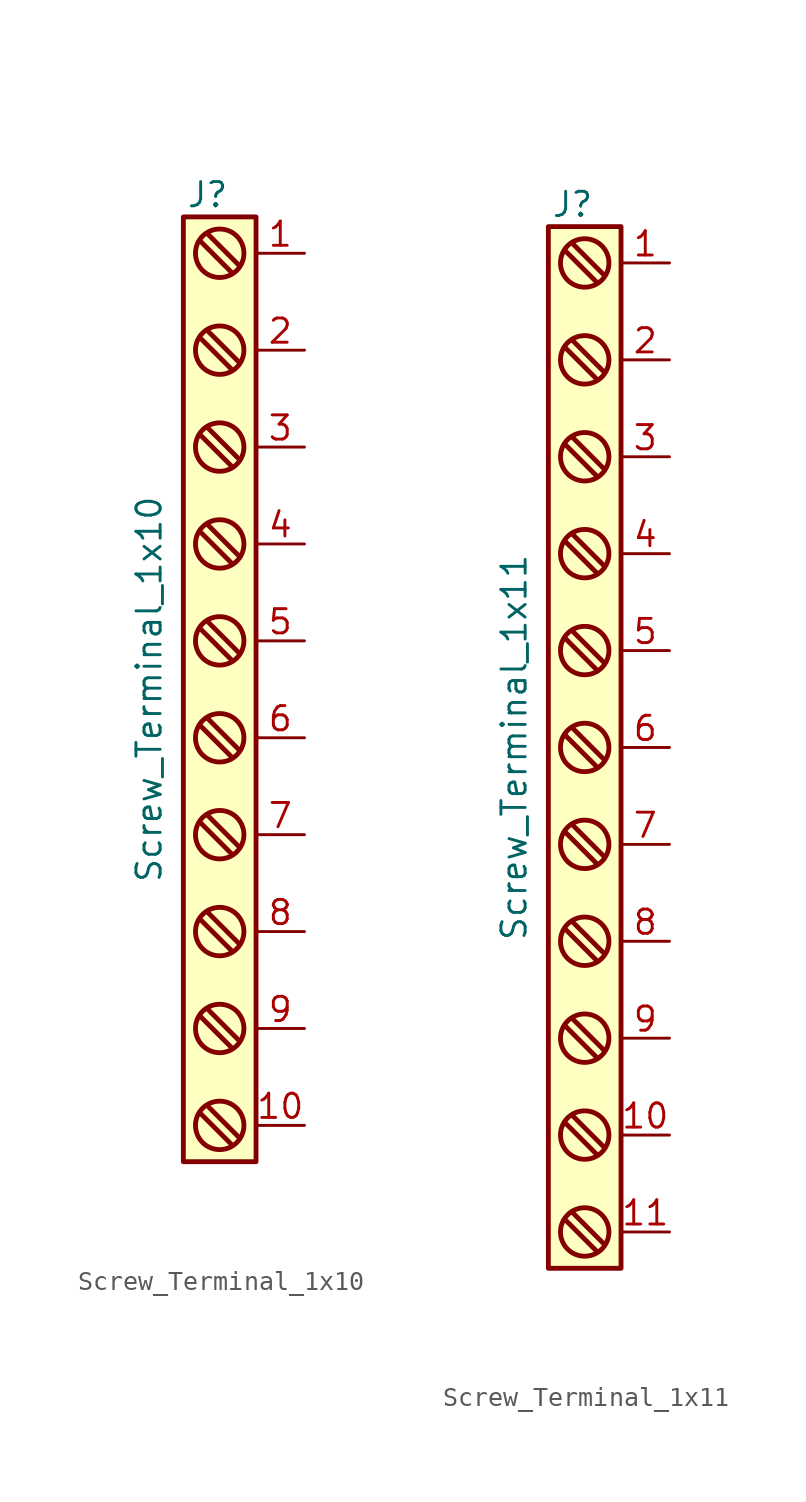
<source format=kicad_sym>
(kicad_symbol_lib
  (version 20211014)
  (generator kicad_symbol_editor)
  (symbol "Screw_Terminal_1x10"
    (pin_names
      (offset 0.762) hide)
    (property "Reference" "J"
      (at 0 26.67 0)
      (effects (font (size 1.27 1.27)) (justify top)))
    (property "Value" "Screw_Terminal_1x10"
      (at -3.81 0 90)
      (effects (font (size 1.27 1.27)) (justify top)))
    (symbol "Screw_Terminal_1x10_0_1"
      (rectangle (start -1.27 -24.765) (end 2.54 24.765) (stroke (width 0.254) (type default) (color 0 0 0 0)) (fill (type background)))
      (polyline (pts (xy -0.381 -22.225) (xy 1.27 -23.876)) (stroke (width 0.254) (type default) (color 0 0 0 0)) (fill (type none)))
      (polyline (pts (xy -0.381 -12.065) (xy 1.27 -13.716)) (stroke (width 0.254) (type default) (color 0 0 0 0)) (fill (type none)))
      (polyline (pts (xy -0.381 -1.905) (xy 1.27 -3.556)) (stroke (width 0.254) (type default) (color 0 0 0 0)) (fill (type none)))
      (polyline (pts (xy -0.381 8.255) (xy 1.27 6.604)) (stroke (width 0.254) (type default) (color 0 0 0 0)) (fill (type none)))
      (polyline (pts (xy -0.381 18.415) (xy 1.27 16.764)) (stroke (width 0.254) (type default) (color 0 0 0 0)) (fill (type none)))
      (polyline (pts (xy 0 -16.764) (xy 1.651 -18.415)) (stroke (width 0.254) (type default) (color 0 0 0 0)) (fill (type none)))
      (polyline (pts (xy 0 -6.604) (xy 1.651 -8.255)) (stroke (width 0.254) (type default) (color 0 0 0 0)) (fill (type none)))
      (polyline (pts (xy 0 3.556) (xy 1.651 1.905)) (stroke (width 0.254) (type default) (color 0 0 0 0)) (fill (type none)))
      (polyline (pts (xy 0 13.716) (xy 1.651 12.065)) (stroke (width 0.254) (type default) (color 0 0 0 0)) (fill (type none)))
      (polyline (pts (xy 0 23.876) (xy 1.651 22.225)) (stroke (width 0.254) (type default) (color 0 0 0 0)) (fill (type none)))
      (polyline (pts (xy 1.27 -18.796) (xy -0.381 -17.145)) (stroke (width 0.254) (type default) (color 0 0 0 0)) (fill (type none)))
      (polyline (pts (xy 1.27 -8.636) (xy -0.381 -6.985)) (stroke (width 0.254) (type default) (color 0 0 0 0)) (fill (type none)))
      (polyline (pts (xy 1.27 1.524) (xy -0.381 3.175)) (stroke (width 0.254) (type default) (color 0 0 0 0)) (fill (type none)))
      (polyline (pts (xy 1.27 11.684) (xy -0.381 13.335)) (stroke (width 0.254) (type default) (color 0 0 0 0)) (fill (type none)))
      (polyline (pts (xy 1.27 21.844) (xy -0.381 23.495)) (stroke (width 0.254) (type default) (color 0 0 0 0)) (fill (type none)))
      (polyline (pts (xy 1.651 -23.495) (xy 0 -21.844)) (stroke (width 0.254) (type default) (color 0 0 0 0)) (fill (type none)))
      (polyline (pts (xy 1.651 -13.335) (xy 0 -11.684)) (stroke (width 0.254) (type default) (color 0 0 0 0)) (fill (type none)))
      (polyline (pts (xy 1.651 -3.175) (xy 0 -1.524)) (stroke (width 0.254) (type default) (color 0 0 0 0)) (fill (type none)))
      (polyline (pts (xy 1.651 6.985) (xy 0 8.636)) (stroke (width 0.254) (type default) (color 0 0 0 0)) (fill (type none)))
      (polyline (pts (xy 1.651 17.145) (xy 0 18.796)) (stroke (width 0.254) (type default) (color 0 0 0 0)) (fill (type none)))
      (circle (center 0.635 -22.86) (radius 1.27) (stroke (width 0.254) (type default) (color 0 0 0 0)) (fill (type none)))
      (circle (center 0.635 -17.78) (radius 1.27) (stroke (width 0.254) (type default) (color 0 0 0 0)) (fill (type none)))
      (circle (center 0.635 -12.7) (radius 1.27) (stroke (width 0.254) (type default) (color 0 0 0 0)) (fill (type none)))
      (circle (center 0.635 -7.62) (radius 1.27) (stroke (width 0.254) (type default) (color 0 0 0 0)) (fill (type none)))
      (circle (center 0.635 -2.54) (radius 1.27) (stroke (width 0.254) (type default) (color 0 0 0 0)) (fill (type none)))
      (circle (center 0.635 2.54) (radius 1.27) (stroke (width 0.254) (type default) (color 0 0 0 0)) (fill (type none)))
      (circle (center 0.635 7.62) (radius 1.27) (stroke (width 0.254) (type default) (color 0 0 0 0)) (fill (type none)))
      (circle (center 0.635 12.7) (radius 1.27) (stroke (width 0.254) (type default) (color 0 0 0 0)) (fill (type none)))
      (circle (center 0.635 17.78) (radius 1.27) (stroke (width 0.254) (type default) (color 0 0 0 0)) (fill (type none)))
      (circle (center 0.635 22.86) (radius 1.27) (stroke (width 0.254) (type default) (color 0 0 0 0)) (fill (type none))))
    (symbol "Screw_Terminal_1x10_1_1"
      (pin passive line (at 5.08 22.86 180) (length 2.54) (name "~" (effects (font (size 1.27 1.27)))) (number "1" (effects (font (size 1.27 1.27)))))
      (pin passive line (at 5.08 -22.86 180) (length 2.54) (name "~" (effects (font (size 1.27 1.27)))) (number "10" (effects (font (size 1.27 1.27)))))
      (pin passive line (at 5.08 17.78 180) (length 2.54) (name "~" (effects (font (size 1.27 1.27)))) (number "2" (effects (font (size 1.27 1.27)))))
      (pin passive line (at 5.08 12.7 180) (length 2.54) (name "~" (effects (font (size 1.27 1.27)))) (number "3" (effects (font (size 1.27 1.27)))))
      (pin passive line (at 5.08 7.62 180) (length 2.54) (name "~" (effects (font (size 1.27 1.27)))) (number "4" (effects (font (size 1.27 1.27)))))
      (pin passive line (at 5.08 2.54 180) (length 2.54) (name "~" (effects (font (size 1.27 1.27)))) (number "5" (effects (font (size 1.27 1.27)))))
      (pin passive line (at 5.08 -2.54 180) (length 2.54) (name "~" (effects (font (size 1.27 1.27)))) (number "6" (effects (font (size 1.27 1.27)))))
      (pin passive line (at 5.08 -7.62 180) (length 2.54) (name "~" (effects (font (size 1.27 1.27)))) (number "7" (effects (font (size 1.27 1.27)))))
      (pin passive line (at 5.08 -12.7 180) (length 2.54) (name "~" (effects (font (size 1.27 1.27)))) (number "8" (effects (font (size 1.27 1.27)))))
      (pin passive line (at 5.08 -17.78 180) (length 2.54) (name "~" (effects (font (size 1.27 1.27)))) (number "9" (effects (font (size 1.27 1.27)))))))
  (symbol "Screw_Terminal_1x11"
    (pin_names
      (offset 0.762) hide)
    (property "Reference" "J"
      (at 0 29.21 0)
      (effects (font (size 1.27 1.27)) (justify top)))
    (property "Value" "Screw_Terminal_1x11"
      (at -3.81 0 90)
      (effects (font (size 1.27 1.27)) (justify top)))
    (symbol "Screw_Terminal_1x11_0_1"
      (rectangle (start -1.27 -27.305) (end 2.54 27.305) (stroke (width 0.254) (type default) (color 0 0 0 0)) (fill (type background)))
      (polyline (pts (xy -0.381 -24.765) (xy 1.27 -26.416)) (stroke (width 0.254) (type default) (color 0 0 0 0)) (fill (type none)))
      (polyline (pts (xy -0.381 -19.685) (xy 1.27 -21.336)) (stroke (width 0.254) (type default) (color 0 0 0 0)) (fill (type none)))
      (polyline (pts (xy -0.381 -9.525) (xy 1.27 -11.176)) (stroke (width 0.254) (type default) (color 0 0 0 0)) (fill (type none)))
      (polyline (pts (xy -0.381 0.635) (xy 1.27 -1.016)) (stroke (width 0.254) (type default) (color 0 0 0 0)) (fill (type none)))
      (polyline (pts (xy -0.381 10.795) (xy 1.27 9.144)) (stroke (width 0.254) (type default) (color 0 0 0 0)) (fill (type none)))
      (polyline (pts (xy -0.381 20.955) (xy 1.27 19.304)) (stroke (width 0.254) (type default) (color 0 0 0 0)) (fill (type none)))
      (polyline (pts (xy 0 -14.224) (xy 1.651 -15.875)) (stroke (width 0.254) (type default) (color 0 0 0 0)) (fill (type none)))
      (polyline (pts (xy 0 -4.064) (xy 1.651 -5.715)) (stroke (width 0.254) (type default) (color 0 0 0 0)) (fill (type none)))
      (polyline (pts (xy 0 6.096) (xy 1.651 4.445)) (stroke (width 0.254) (type default) (color 0 0 0 0)) (fill (type none)))
      (polyline (pts (xy 0 16.256) (xy 1.651 14.605)) (stroke (width 0.254) (type default) (color 0 0 0 0)) (fill (type none)))
      (polyline (pts (xy 0 26.416) (xy 1.651 24.765)) (stroke (width 0.254) (type default) (color 0 0 0 0)) (fill (type none)))
      (polyline (pts (xy 1.27 -16.256) (xy -0.381 -14.605)) (stroke (width 0.254) (type default) (color 0 0 0 0)) (fill (type none)))
      (polyline (pts (xy 1.27 -6.096) (xy -0.381 -4.445)) (stroke (width 0.254) (type default) (color 0 0 0 0)) (fill (type none)))
      (polyline (pts (xy 1.27 4.064) (xy -0.381 5.715)) (stroke (width 0.254) (type default) (color 0 0 0 0)) (fill (type none)))
      (polyline (pts (xy 1.27 14.224) (xy -0.381 15.875)) (stroke (width 0.254) (type default) (color 0 0 0 0)) (fill (type none)))
      (polyline (pts (xy 1.27 24.384) (xy -0.381 26.035)) (stroke (width 0.254) (type default) (color 0 0 0 0)) (fill (type none)))
      (polyline (pts (xy 1.651 -26.035) (xy 0 -24.384)) (stroke (width 0.254) (type default) (color 0 0 0 0)) (fill (type none)))
      (polyline (pts (xy 1.651 -20.955) (xy 0 -19.304)) (stroke (width 0.254) (type default) (color 0 0 0 0)) (fill (type none)))
      (polyline (pts (xy 1.651 -10.795) (xy 0 -9.144)) (stroke (width 0.254) (type default) (color 0 0 0 0)) (fill (type none)))
      (polyline (pts (xy 1.651 -0.635) (xy 0 1.016)) (stroke (width 0.254) (type default) (color 0 0 0 0)) (fill (type none)))
      (polyline (pts (xy 1.651 9.525) (xy 0 11.176)) (stroke (width 0.254) (type default) (color 0 0 0 0)) (fill (type none)))
      (polyline (pts (xy 1.651 19.685) (xy 0 21.336)) (stroke (width 0.254) (type default) (color 0 0 0 0)) (fill (type none)))
      (circle (center 0.635 -25.4) (radius 1.27) (stroke (width 0.254) (type default) (color 0 0 0 0)) (fill (type none)))
      (circle (center 0.635 -20.32) (radius 1.27) (stroke (width 0.254) (type default) (color 0 0 0 0)) (fill (type none)))
      (circle (center 0.635 -15.24) (radius 1.27) (stroke (width 0.254) (type default) (color 0 0 0 0)) (fill (type none)))
      (circle (center 0.635 -10.16) (radius 1.27) (stroke (width 0.254) (type default) (color 0 0 0 0)) (fill (type none)))
      (circle (center 0.635 -5.08) (radius 1.27) (stroke (width 0.254) (type default) (color 0 0 0 0)) (fill (type none)))
      (circle (center 0.635 0) (radius 1.27) (stroke (width 0.254) (type default) (color 0 0 0 0)) (fill (type none)))
      (circle (center 0.635 5.08) (radius 1.27) (stroke (width 0.254) (type default) (color 0 0 0 0)) (fill (type none)))
      (circle (center 0.635 10.16) (radius 1.27) (stroke (width 0.254) (type default) (color 0 0 0 0)) (fill (type none)))
      (circle (center 0.635 15.24) (radius 1.27) (stroke (width 0.254) (type default) (color 0 0 0 0)) (fill (type none)))
      (circle (center 0.635 20.32) (radius 1.27) (stroke (width 0.254) (type default) (color 0 0 0 0)) (fill (type none)))
      (circle (center 0.635 25.4) (radius 1.27) (stroke (width 0.254) (type default) (color 0 0 0 0)) (fill (type none))))
    (symbol "Screw_Terminal_1x11_1_1"
      (pin passive line (at 5.08 25.4 180) (length 2.54) (name "~" (effects (font (size 1.27 1.27)))) (number "1" (effects (font (size 1.27 1.27)))))
      (pin passive line (at 5.08 -20.32 180) (length 2.54) (name "~" (effects (font (size 1.27 1.27)))) (number "10" (effects (font (size 1.27 1.27)))))
      (pin passive line (at 5.08 -25.4 180) (length 2.54) (name "~" (effects (font (size 1.27 1.27)))) (number "11" (effects (font (size 1.27 1.27)))))
      (pin passive line (at 5.08 20.32 180) (length 2.54) (name "~" (effects (font (size 1.27 1.27)))) (number "2" (effects (font (size 1.27 1.27)))))
      (pin passive line (at 5.08 15.24 180) (length 2.54) (name "~" (effects (font (size 1.27 1.27)))) (number "3" (effects (font (size 1.27 1.27)))))
      (pin passive line (at 5.08 10.16 180) (length 2.54) (name "~" (effects (font (size 1.27 1.27)))) (number "4" (effects (font (size 1.27 1.27)))))
      (pin passive line (at 5.08 5.08 180) (length 2.54) (name "~" (effects (font (size 1.27 1.27)))) (number "5" (effects (font (size 1.27 1.27)))))
      (pin passive line (at 5.08 0 180) (length 2.54) (name "~" (effects (font (size 1.27 1.27)))) (number "6" (effects (font (size 1.27 1.27)))))
      (pin passive line (at 5.08 -5.08 180) (length 2.54) (name "~" (effects (font (size 1.27 1.27)))) (number "7" (effects (font (size 1.27 1.27)))))
      (pin passive line (at 5.08 -10.16 180) (length 2.54) (name "~" (effects (font (size 1.27 1.27)))) (number "8" (effects (font (size 1.27 1.27)))))
      (pin passive line (at 5.08 -15.24 180) (length 2.54) (name "~" (effects (font (size 1.27 1.27)))) (number "9" (effects (font (size 1.27 1.27))))))))
</source>
